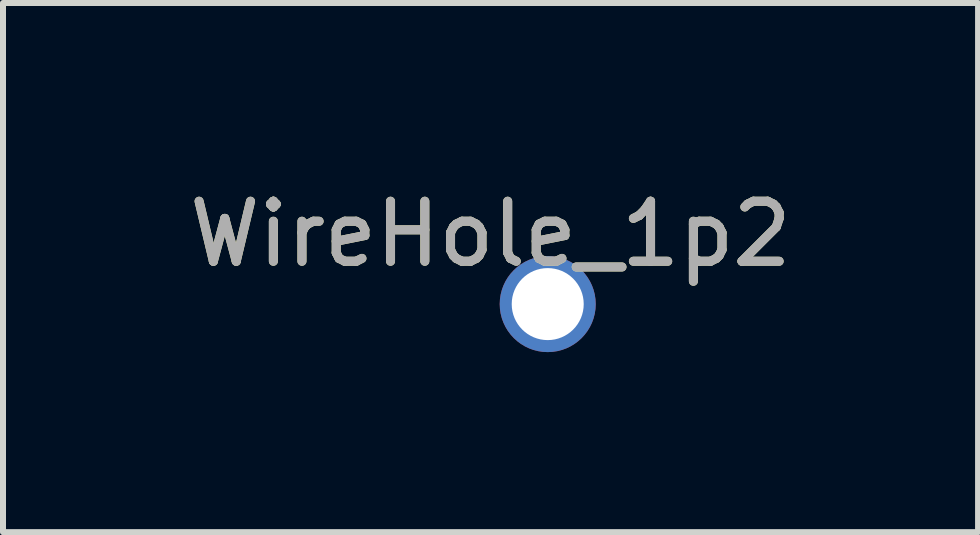
<source format=kicad_pcb>
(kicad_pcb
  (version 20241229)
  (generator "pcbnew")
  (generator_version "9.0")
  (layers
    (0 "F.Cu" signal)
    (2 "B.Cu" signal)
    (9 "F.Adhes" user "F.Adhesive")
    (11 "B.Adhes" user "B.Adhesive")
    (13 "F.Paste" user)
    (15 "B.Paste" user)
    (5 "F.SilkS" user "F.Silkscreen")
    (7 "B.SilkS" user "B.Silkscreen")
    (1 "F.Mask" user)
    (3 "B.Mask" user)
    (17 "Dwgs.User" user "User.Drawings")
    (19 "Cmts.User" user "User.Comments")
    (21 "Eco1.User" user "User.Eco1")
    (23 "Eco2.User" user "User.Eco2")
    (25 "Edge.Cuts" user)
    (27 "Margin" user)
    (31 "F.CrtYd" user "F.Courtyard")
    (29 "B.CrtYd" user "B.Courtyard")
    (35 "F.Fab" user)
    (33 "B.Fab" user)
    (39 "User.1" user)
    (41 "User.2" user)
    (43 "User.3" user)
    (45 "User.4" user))
  (footprint "WireHole_1p2"
    (layer "F.Cu")
    (at 6.078 2.018)
    (property "Reference" "WireHole_1p2" (at -0.953 -1.169 0) (unlocked yes) (layer "F.SilkS") (effects (font (size 1 1) (thickness 0.15))))
    (attr smd)
    (fp_text user "${REFERENCE}" (at -0.953 -1.169 0) (unlocked yes) (layer "F.Fab") (effects (font (size 1 1) (thickness 0.15))))
    (pad "1" thru_hole circle (at 0 0) (size 1.6 1.6) (drill 1.2) (layers "*.Cu" "*.Mask")))
  (gr_rect
    (start -3 -3)
    (end 13.25 5.818)
    (stroke (width 0.1) (type default))
    (fill no)
    (layer "Edge.Cuts")))
</source>
